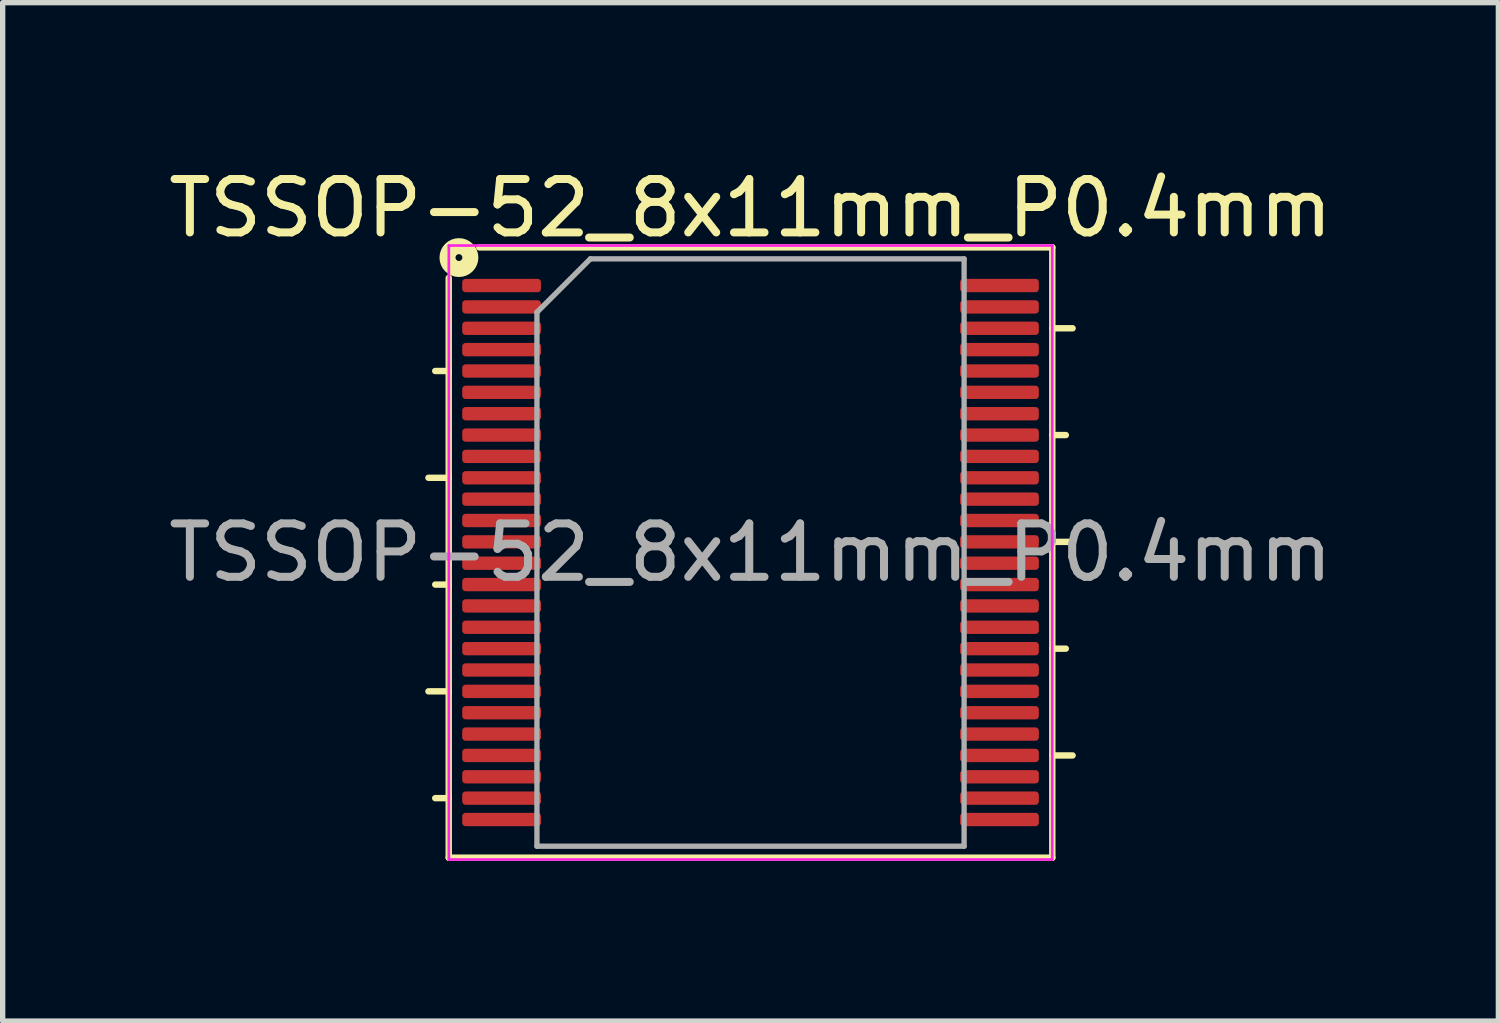
<source format=kicad_pcb>
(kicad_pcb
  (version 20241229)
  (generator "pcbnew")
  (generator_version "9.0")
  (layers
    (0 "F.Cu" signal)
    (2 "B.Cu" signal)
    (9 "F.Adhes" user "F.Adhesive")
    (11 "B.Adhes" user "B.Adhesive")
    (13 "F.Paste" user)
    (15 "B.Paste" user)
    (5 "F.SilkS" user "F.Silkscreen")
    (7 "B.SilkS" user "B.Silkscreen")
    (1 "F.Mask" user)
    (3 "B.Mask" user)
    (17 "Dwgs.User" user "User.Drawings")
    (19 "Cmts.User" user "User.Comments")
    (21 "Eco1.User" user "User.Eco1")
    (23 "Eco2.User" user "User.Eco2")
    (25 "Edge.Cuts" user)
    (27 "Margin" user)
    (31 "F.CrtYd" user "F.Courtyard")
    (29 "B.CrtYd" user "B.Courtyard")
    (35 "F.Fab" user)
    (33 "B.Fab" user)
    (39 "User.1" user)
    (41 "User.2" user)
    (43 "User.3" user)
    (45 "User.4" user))
  (footprint "TSSOP-52_8x11mm_P0.4mm"
    (layer "F.Cu")
    (at 11.006 7.298)
    (property "Reference" "TSSOP-52_8x11mm_P0.4mm" (at 0 -6.45 0) (layer "F.SilkS") (effects (font (size 1 1) (thickness 0.15))))
    (attr smd)
    (fp_line (start -5.652 -5.144) (end -5.652 5.715) (stroke (width 0.12) (type solid)) (layer "F.SilkS"))
    (fp_line (start -5.652 -3.4) (end -5.905 -3.4) (stroke (width 0.12) (type solid)) (layer "F.SilkS"))
    (fp_line (start -5.652 -1.4) (end -6.032 -1.4) (stroke (width 0.12) (type solid)) (layer "F.SilkS"))
    (fp_line (start -5.652 0.6) (end -5.905 0.6) (stroke (width 0.12) (type solid)) (layer "F.SilkS"))
    (fp_line (start -5.652 2.6) (end -6.032 2.6) (stroke (width 0.12) (type solid)) (layer "F.SilkS"))
    (fp_line (start -5.652 4.6) (end -5.905 4.6) (stroke (width 0.12) (type solid)) (layer "F.SilkS"))
    (fp_line (start -5.652 5.715) (end 5.652 5.715) (stroke (width 0.12) (type solid)) (layer "F.SilkS"))
    (fp_line (start 5.652 -5.715) (end -5.08 -5.715) (stroke (width 0.12) (type solid)) (layer "F.SilkS"))
    (fp_line (start 5.652 -4.2) (end 6.032 -4.2) (stroke (width 0.12) (type solid)) (layer "F.SilkS"))
    (fp_line (start 5.652 -2.2) (end 5.905 -2.2) (stroke (width 0.12) (type solid)) (layer "F.SilkS"))
    (fp_line (start 5.652 -0.2) (end 6.032 -0.2) (stroke (width 0.12) (type solid)) (layer "F.SilkS"))
    (fp_line (start 5.652 1.8) (end 5.905 1.8) (stroke (width 0.12) (type solid)) (layer "F.SilkS"))
    (fp_line (start 5.652 3.8) (end 6.032 3.8) (stroke (width 0.12) (type solid)) (layer "F.SilkS"))
    (fp_line (start 5.652 5.715) (end 5.652 -5.715) (stroke (width 0.12) (type solid)) (layer "F.SilkS"))
    (fp_circle (center -5.461 -5.524) (end -5.397 -5.524) (stroke (width 0.3) (type solid)) (fill no) (layer "F.SilkS"))
    (fp_line (start -5.65 -5.75) (end -5.65 5.75) (stroke (width 0.05) (type solid)) (layer "F.CrtYd"))
    (fp_line (start -5.65 5.75) (end 5.65 5.75) (stroke (width 0.05) (type solid)) (layer "F.CrtYd"))
    (fp_line (start 5.65 -5.75) (end -5.65 -5.75) (stroke (width 0.05) (type solid)) (layer "F.CrtYd"))
    (fp_line (start 5.65 5.75) (end 5.65 -5.75) (stroke (width 0.05) (type solid)) (layer "F.CrtYd"))
    (fp_line (start -4 -4.5) (end -3 -5.5) (stroke (width 0.1) (type solid)) (layer "F.Fab"))
    (fp_line (start -4 5.5) (end -4 -4.5) (stroke (width 0.1) (type solid)) (layer "F.Fab"))
    (fp_line (start -3 -5.5) (end 4 -5.5) (stroke (width 0.1) (type solid)) (layer "F.Fab"))
    (fp_line (start 4 -5.5) (end 4 5.5) (stroke (width 0.1) (type solid)) (layer "F.Fab"))
    (fp_line (start 4 5.5) (end -4 5.5) (stroke (width 0.1) (type solid)) (layer "F.Fab"))
    (fp_text user "${REFERENCE}" (at 0 0 0) (layer "F.Fab") (effects (font (size 1 1) (thickness 0.15))))
    (pad "1" smd roundrect (at -4.662 -5) (size 1.475 0.25) (layers "F.Cu" "F.Mask" "F.Paste") (roundrect_rratio 0.25))
    (pad "2" smd roundrect (at -4.662 -4.6) (size 1.475 0.25) (layers "F.Cu" "F.Mask" "F.Paste") (roundrect_rratio 0.25))
    (pad "3" smd roundrect (at -4.662 -4.2) (size 1.475 0.25) (layers "F.Cu" "F.Mask" "F.Paste") (roundrect_rratio 0.25))
    (pad "4" smd roundrect (at -4.662 -3.8) (size 1.475 0.25) (layers "F.Cu" "F.Mask" "F.Paste") (roundrect_rratio 0.25))
    (pad "5" smd roundrect (at -4.662 -3.4) (size 1.475 0.25) (layers "F.Cu" "F.Mask" "F.Paste") (roundrect_rratio 0.25))
    (pad "6" smd roundrect (at -4.662 -3) (size 1.475 0.25) (layers "F.Cu" "F.Mask" "F.Paste") (roundrect_rratio 0.25))
    (pad "7" smd roundrect (at -4.662 -2.6) (size 1.475 0.25) (layers "F.Cu" "F.Mask" "F.Paste") (roundrect_rratio 0.25))
    (pad "8" smd roundrect (at -4.662 -2.2) (size 1.475 0.25) (layers "F.Cu" "F.Mask" "F.Paste") (roundrect_rratio 0.25))
    (pad "9" smd roundrect (at -4.662 -1.8) (size 1.475 0.25) (layers "F.Cu" "F.Mask" "F.Paste") (roundrect_rratio 0.25))
    (pad "10" smd roundrect (at -4.662 -1.4) (size 1.475 0.25) (layers "F.Cu" "F.Mask" "F.Paste") (roundrect_rratio 0.25))
    (pad "11" smd roundrect (at -4.662 -1) (size 1.475 0.25) (layers "F.Cu" "F.Mask" "F.Paste") (roundrect_rratio 0.25))
    (pad "12" smd roundrect (at -4.662 -0.6) (size 1.475 0.25) (layers "F.Cu" "F.Mask" "F.Paste") (roundrect_rratio 0.25))
    (pad "13" smd roundrect (at -4.662 -0.2) (size 1.475 0.25) (layers "F.Cu" "F.Mask" "F.Paste") (roundrect_rratio 0.25))
    (pad "14" smd roundrect (at -4.662 0.2) (size 1.475 0.25) (layers "F.Cu" "F.Mask" "F.Paste") (roundrect_rratio 0.25))
    (pad "15" smd roundrect (at -4.662 0.6) (size 1.475 0.25) (layers "F.Cu" "F.Mask" "F.Paste") (roundrect_rratio 0.25))
    (pad "16" smd roundrect (at -4.662 1) (size 1.475 0.25) (layers "F.Cu" "F.Mask" "F.Paste") (roundrect_rratio 0.25))
    (pad "17" smd roundrect (at -4.662 1.4) (size 1.475 0.25) (layers "F.Cu" "F.Mask" "F.Paste") (roundrect_rratio 0.25))
    (pad "18" smd roundrect (at -4.662 1.8) (size 1.475 0.25) (layers "F.Cu" "F.Mask" "F.Paste") (roundrect_rratio 0.25))
    (pad "19" smd roundrect (at -4.662 2.2) (size 1.475 0.25) (layers "F.Cu" "F.Mask" "F.Paste") (roundrect_rratio 0.25))
    (pad "20" smd roundrect (at -4.662 2.6) (size 1.475 0.25) (layers "F.Cu" "F.Mask" "F.Paste") (roundrect_rratio 0.25))
    (pad "21" smd roundrect (at -4.662 3) (size 1.475 0.25) (layers "F.Cu" "F.Mask" "F.Paste") (roundrect_rratio 0.25))
    (pad "22" smd roundrect (at -4.662 3.4) (size 1.475 0.25) (layers "F.Cu" "F.Mask" "F.Paste") (roundrect_rratio 0.25))
    (pad "23" smd roundrect (at -4.662 3.8) (size 1.475 0.25) (layers "F.Cu" "F.Mask" "F.Paste") (roundrect_rratio 0.25))
    (pad "24" smd roundrect (at -4.662 4.2) (size 1.475 0.25) (layers "F.Cu" "F.Mask" "F.Paste") (roundrect_rratio 0.25))
    (pad "25" smd roundrect (at -4.662 4.6) (size 1.475 0.25) (layers "F.Cu" "F.Mask" "F.Paste") (roundrect_rratio 0.25))
    (pad "26" smd roundrect (at -4.662 5) (size 1.475 0.25) (layers "F.Cu" "F.Mask" "F.Paste") (roundrect_rratio 0.25))
    (pad "27" smd roundrect (at 4.662 5) (size 1.475 0.25) (layers "F.Cu" "F.Mask" "F.Paste") (roundrect_rratio 0.25))
    (pad "28" smd roundrect (at 4.662 4.6) (size 1.475 0.25) (layers "F.Cu" "F.Mask" "F.Paste") (roundrect_rratio 0.25))
    (pad "29" smd roundrect (at 4.662 4.2) (size 1.475 0.25) (layers "F.Cu" "F.Mask" "F.Paste") (roundrect_rratio 0.25))
    (pad "30" smd roundrect (at 4.662 3.8) (size 1.475 0.25) (layers "F.Cu" "F.Mask" "F.Paste") (roundrect_rratio 0.25))
    (pad "31" smd roundrect (at 4.662 3.4) (size 1.475 0.25) (layers "F.Cu" "F.Mask" "F.Paste") (roundrect_rratio 0.25))
    (pad "32" smd roundrect (at 4.662 3) (size 1.475 0.25) (layers "F.Cu" "F.Mask" "F.Paste") (roundrect_rratio 0.25))
    (pad "33" smd roundrect (at 4.662 2.6) (size 1.475 0.25) (layers "F.Cu" "F.Mask" "F.Paste") (roundrect_rratio 0.25))
    (pad "34" smd roundrect (at 4.662 2.2) (size 1.475 0.25) (layers "F.Cu" "F.Mask" "F.Paste") (roundrect_rratio 0.25))
    (pad "35" smd roundrect (at 4.662 1.8) (size 1.475 0.25) (layers "F.Cu" "F.Mask" "F.Paste") (roundrect_rratio 0.25))
    (pad "36" smd roundrect (at 4.662 1.4) (size 1.475 0.25) (layers "F.Cu" "F.Mask" "F.Paste") (roundrect_rratio 0.25))
    (pad "37" smd roundrect (at 4.662 1) (size 1.475 0.25) (layers "F.Cu" "F.Mask" "F.Paste") (roundrect_rratio 0.25))
    (pad "38" smd roundrect (at 4.662 0.6) (size 1.475 0.25) (layers "F.Cu" "F.Mask" "F.Paste") (roundrect_rratio 0.25))
    (pad "39" smd roundrect (at 4.662 0.2) (size 1.475 0.25) (layers "F.Cu" "F.Mask" "F.Paste") (roundrect_rratio 0.25))
    (pad "40" smd roundrect (at 4.662 -0.2) (size 1.475 0.25) (layers "F.Cu" "F.Mask" "F.Paste") (roundrect_rratio 0.25))
    (pad "41" smd roundrect (at 4.662 -0.6) (size 1.475 0.25) (layers "F.Cu" "F.Mask" "F.Paste") (roundrect_rratio 0.25))
    (pad "42" smd roundrect (at 4.662 -1) (size 1.475 0.25) (layers "F.Cu" "F.Mask" "F.Paste") (roundrect_rratio 0.25))
    (pad "43" smd roundrect (at 4.662 -1.4) (size 1.475 0.25) (layers "F.Cu" "F.Mask" "F.Paste") (roundrect_rratio 0.25))
    (pad "44" smd roundrect (at 4.662 -1.8) (size 1.475 0.25) (layers "F.Cu" "F.Mask" "F.Paste") (roundrect_rratio 0.25))
    (pad "45" smd roundrect (at 4.662 -2.2) (size 1.475 0.25) (layers "F.Cu" "F.Mask" "F.Paste") (roundrect_rratio 0.25))
    (pad "46" smd roundrect (at 4.662 -2.6) (size 1.475 0.25) (layers "F.Cu" "F.Mask" "F.Paste") (roundrect_rratio 0.25))
    (pad "47" smd roundrect (at 4.662 -3) (size 1.475 0.25) (layers "F.Cu" "F.Mask" "F.Paste") (roundrect_rratio 0.25))
    (pad "48" smd roundrect (at 4.662 -3.4) (size 1.475 0.25) (layers "F.Cu" "F.Mask" "F.Paste") (roundrect_rratio 0.25))
    (pad "49" smd roundrect (at 4.662 -3.8) (size 1.475 0.25) (layers "F.Cu" "F.Mask" "F.Paste") (roundrect_rratio 0.25))
    (pad "50" smd roundrect (at 4.662 -4.2) (size 1.475 0.25) (layers "F.Cu" "F.Mask" "F.Paste") (roundrect_rratio 0.25))
    (pad "51" smd roundrect (at 4.662 -4.6) (size 1.475 0.25) (layers "F.Cu" "F.Mask" "F.Paste") (roundrect_rratio 0.25))
    (pad "52" smd roundrect (at 4.662 -5) (size 1.475 0.25) (layers "F.Cu" "F.Mask" "F.Paste") (roundrect_rratio 0.25)))
  (gr_rect
    (start -3 -3)
    (end 25.012 16.073)
    (stroke (width 0.1) (type default))
    (fill no)
    (layer "Edge.Cuts")))
</source>
